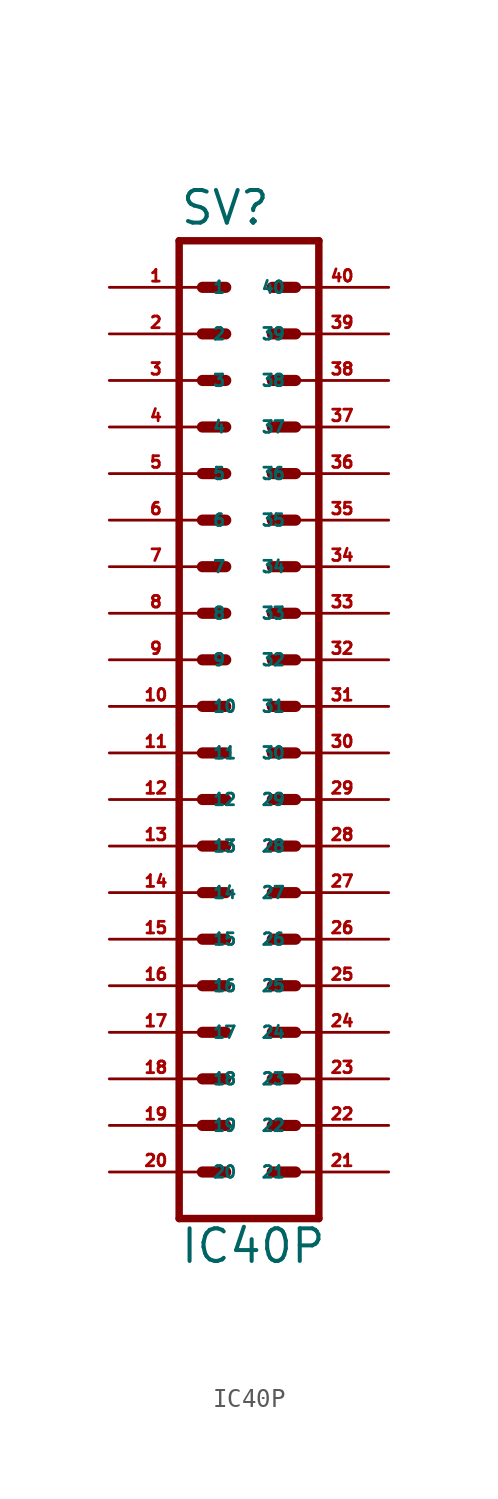
<source format=kicad_sym>
(kicad_symbol_lib
  (version 20220914)
  (generator Eagle2Kicad)
  (symbol "IC40P"
    (property "Reference" "SV"
      (at -3.81 28.702 0)
      (effects (font (size 1.778 1.778) (thickness 0.22)) (justify left bottom)))
    (property "Value" "IC40P"
      (at -3.81 -27.94 0)
      (effects (font (size 1.778 1.778) (thickness 0.22)) (justify left bottom)))
    (polyline
      (pts (xy 3.81 27.94) (xy -3.81 27.94))
      (stroke (width 0.406) (type default))
      (fill (type none)))
    (polyline
      (pts (xy -3.81 -25.4) (xy -3.81 27.94))
      (stroke (width 0.406) (type default))
      (fill (type none)))
    (polyline
      (pts (xy -3.81 -25.4) (xy 3.81 -25.4))
      (stroke (width 0.406) (type default))
      (fill (type none)))
    (polyline
      (pts (xy 3.81 27.94) (xy 3.81 -25.4))
      (stroke (width 0.406) (type default))
      (fill (type none)))
    (polyline
      (pts (xy -2.54 25.4) (xy -1.27 25.4))
      (stroke (width 0.61) (type default))
      (fill (type none)))
    (polyline
      (pts (xy -2.54 22.86) (xy -1.27 22.86))
      (stroke (width 0.61) (type default))
      (fill (type none)))
    (polyline
      (pts (xy -2.54 20.32) (xy -1.27 20.32))
      (stroke (width 0.61) (type default))
      (fill (type none)))
    (polyline
      (pts (xy -2.54 17.78) (xy -1.27 17.78))
      (stroke (width 0.61) (type default))
      (fill (type none)))
    (polyline
      (pts (xy -2.54 15.24) (xy -1.27 15.24))
      (stroke (width 0.61) (type default))
      (fill (type none)))
    (polyline
      (pts (xy -2.54 12.7) (xy -1.27 12.7))
      (stroke (width 0.61) (type default))
      (fill (type none)))
    (polyline
      (pts (xy -2.54 10.16) (xy -1.27 10.16))
      (stroke (width 0.61) (type default))
      (fill (type none)))
    (polyline
      (pts (xy -2.54 7.62) (xy -1.27 7.62))
      (stroke (width 0.61) (type default))
      (fill (type none)))
    (polyline
      (pts (xy -2.54 0) (xy -1.27 0))
      (stroke (width 0.61) (type default))
      (fill (type none)))
    (polyline
      (pts (xy -2.54 2.54) (xy -1.27 2.54))
      (stroke (width 0.61) (type default))
      (fill (type none)))
    (polyline
      (pts (xy -2.54 5.08) (xy -1.27 5.08))
      (stroke (width 0.61) (type default))
      (fill (type none)))
    (polyline
      (pts (xy -2.54 -2.54) (xy -1.27 -2.54))
      (stroke (width 0.61) (type default))
      (fill (type none)))
    (polyline
      (pts (xy -2.54 -5.08) (xy -1.27 -5.08))
      (stroke (width 0.61) (type default))
      (fill (type none)))
    (polyline
      (pts (xy -2.54 -7.62) (xy -1.27 -7.62))
      (stroke (width 0.61) (type default))
      (fill (type none)))
    (polyline
      (pts (xy -2.54 -10.16) (xy -1.27 -10.16))
      (stroke (width 0.61) (type default))
      (fill (type none)))
    (polyline
      (pts (xy -2.54 -12.7) (xy -1.27 -12.7))
      (stroke (width 0.61) (type default))
      (fill (type none)))
    (polyline
      (pts (xy -2.54 -15.24) (xy -1.27 -15.24))
      (stroke (width 0.61) (type default))
      (fill (type none)))
    (polyline
      (pts (xy -2.54 -17.78) (xy -1.27 -17.78))
      (stroke (width 0.61) (type default))
      (fill (type none)))
    (polyline
      (pts (xy -2.54 -20.32) (xy -1.27 -20.32))
      (stroke (width 0.61) (type default))
      (fill (type none)))
    (polyline
      (pts (xy -2.54 -22.86) (xy -1.27 -22.86))
      (stroke (width 0.61) (type default))
      (fill (type none)))
    (polyline
      (pts (xy 2.54 -22.86) (xy 1.27 -22.86))
      (stroke (width 0.61) (type default))
      (fill (type none)))
    (polyline
      (pts (xy 2.54 -20.32) (xy 1.27 -20.32))
      (stroke (width 0.61) (type default))
      (fill (type none)))
    (polyline
      (pts (xy 2.54 -17.78) (xy 1.27 -17.78))
      (stroke (width 0.61) (type default))
      (fill (type none)))
    (polyline
      (pts (xy 2.54 -15.24) (xy 1.27 -15.24))
      (stroke (width 0.61) (type default))
      (fill (type none)))
    (polyline
      (pts (xy 2.54 -12.7) (xy 1.27 -12.7))
      (stroke (width 0.61) (type default))
      (fill (type none)))
    (polyline
      (pts (xy 2.54 -10.16) (xy 1.27 -10.16))
      (stroke (width 0.61) (type default))
      (fill (type none)))
    (polyline
      (pts (xy 2.54 -7.62) (xy 1.27 -7.62))
      (stroke (width 0.61) (type default))
      (fill (type none)))
    (polyline
      (pts (xy 2.54 -5.08) (xy 1.27 -5.08))
      (stroke (width 0.61) (type default))
      (fill (type none)))
    (polyline
      (pts (xy 2.54 -2.54) (xy 1.27 -2.54))
      (stroke (width 0.61) (type default))
      (fill (type none)))
    (polyline
      (pts (xy 2.54 0) (xy 1.27 0))
      (stroke (width 0.61) (type default))
      (fill (type none)))
    (polyline
      (pts (xy 2.54 2.54) (xy 1.27 2.54))
      (stroke (width 0.61) (type default))
      (fill (type none)))
    (polyline
      (pts (xy 2.54 5.08) (xy 1.27 5.08))
      (stroke (width 0.61) (type default))
      (fill (type none)))
    (polyline
      (pts (xy 2.54 7.62) (xy 1.27 7.62))
      (stroke (width 0.61) (type default))
      (fill (type none)))
    (polyline
      (pts (xy 2.54 10.16) (xy 1.27 10.16))
      (stroke (width 0.61) (type default))
      (fill (type none)))
    (polyline
      (pts (xy 2.54 12.7) (xy 1.27 12.7))
      (stroke (width 0.61) (type default))
      (fill (type none)))
    (polyline
      (pts (xy 2.54 15.24) (xy 1.27 15.24))
      (stroke (width 0.61) (type default))
      (fill (type none)))
    (polyline
      (pts (xy 2.54 17.78) (xy 1.27 17.78))
      (stroke (width 0.61) (type default))
      (fill (type none)))
    (polyline
      (pts (xy 2.54 20.32) (xy 1.27 20.32))
      (stroke (width 0.61) (type default))
      (fill (type none)))
    (polyline
      (pts (xy 2.54 22.86) (xy 1.27 22.86))
      (stroke (width 0.61) (type default))
      (fill (type none)))
    (polyline
      (pts (xy 2.54 25.4) (xy 1.27 25.4))
      (stroke (width 0.61) (type default))
      (fill (type none)))
    (pin passive line
      (at -7.62 0 0)
      (length 5.08)
      (name "11" (effects (font (size 0.635 0.635) (thickness 0.08)) (justify left bottom)))
      (number "11" (effects (font (size 0.635 0.635) (thickness 0.08)) (justify left bottom))))
    (pin passive line
      (at -7.62 5.08 0)
      (length 5.08)
      (name "9" (effects (font (size 0.635 0.635) (thickness 0.08)) (justify left bottom)))
      (number "9" (effects (font (size 0.635 0.635) (thickness 0.08)) (justify left bottom))))
    (pin passive line
      (at -7.62 10.16 0)
      (length 5.08)
      (name "7" (effects (font (size 0.635 0.635) (thickness 0.08)) (justify left bottom)))
      (number "7" (effects (font (size 0.635 0.635) (thickness 0.08)) (justify left bottom))))
    (pin passive line
      (at -7.62 15.24 0)
      (length 5.08)
      (name "5" (effects (font (size 0.635 0.635) (thickness 0.08)) (justify left bottom)))
      (number "5" (effects (font (size 0.635 0.635) (thickness 0.08)) (justify left bottom))))
    (pin passive line
      (at -7.62 20.32 0)
      (length 5.08)
      (name "3" (effects (font (size 0.635 0.635) (thickness 0.08)) (justify left bottom)))
      (number "3" (effects (font (size 0.635 0.635) (thickness 0.08)) (justify left bottom))))
    (pin passive line
      (at -7.62 25.4 0)
      (length 5.08)
      (name "1" (effects (font (size 0.635 0.635) (thickness 0.08)) (justify left bottom)))
      (number "1" (effects (font (size 0.635 0.635) (thickness 0.08)) (justify left bottom))))
    (pin passive line
      (at -7.62 2.54 0)
      (length 5.08)
      (name "10" (effects (font (size 0.635 0.635) (thickness 0.08)) (justify left bottom)))
      (number "10" (effects (font (size 0.635 0.635) (thickness 0.08)) (justify left bottom))))
    (pin passive line
      (at -7.62 7.62 0)
      (length 5.08)
      (name "8" (effects (font (size 0.635 0.635) (thickness 0.08)) (justify left bottom)))
      (number "8" (effects (font (size 0.635 0.635) (thickness 0.08)) (justify left bottom))))
    (pin passive line
      (at -7.62 12.7 0)
      (length 5.08)
      (name "6" (effects (font (size 0.635 0.635) (thickness 0.08)) (justify left bottom)))
      (number "6" (effects (font (size 0.635 0.635) (thickness 0.08)) (justify left bottom))))
    (pin passive line
      (at -7.62 17.78 0)
      (length 5.08)
      (name "4" (effects (font (size 0.635 0.635) (thickness 0.08)) (justify left bottom)))
      (number "4" (effects (font (size 0.635 0.635) (thickness 0.08)) (justify left bottom))))
    (pin passive line
      (at -7.62 22.86 0)
      (length 5.08)
      (name "2" (effects (font (size 0.635 0.635) (thickness 0.08)) (justify left bottom)))
      (number "2" (effects (font (size 0.635 0.635) (thickness 0.08)) (justify left bottom))))
    (pin passive line
      (at -7.62 -2.54 0)
      (length 5.08)
      (name "12" (effects (font (size 0.635 0.635) (thickness 0.08)) (justify left bottom)))
      (number "12" (effects (font (size 0.635 0.635) (thickness 0.08)) (justify left bottom))))
    (pin passive line
      (at -7.62 -5.08 0)
      (length 5.08)
      (name "13" (effects (font (size 0.635 0.635) (thickness 0.08)) (justify left bottom)))
      (number "13" (effects (font (size 0.635 0.635) (thickness 0.08)) (justify left bottom))))
    (pin passive line
      (at -7.62 -7.62 0)
      (length 5.08)
      (name "14" (effects (font (size 0.635 0.635) (thickness 0.08)) (justify left bottom)))
      (number "14" (effects (font (size 0.635 0.635) (thickness 0.08)) (justify left bottom))))
    (pin passive line
      (at -7.62 -10.16 0)
      (length 5.08)
      (name "15" (effects (font (size 0.635 0.635) (thickness 0.08)) (justify left bottom)))
      (number "15" (effects (font (size 0.635 0.635) (thickness 0.08)) (justify left bottom))))
    (pin passive line
      (at -7.62 -12.7 0)
      (length 5.08)
      (name "16" (effects (font (size 0.635 0.635) (thickness 0.08)) (justify left bottom)))
      (number "16" (effects (font (size 0.635 0.635) (thickness 0.08)) (justify left bottom))))
    (pin passive line
      (at -7.62 -15.24 0)
      (length 5.08)
      (name "17" (effects (font (size 0.635 0.635) (thickness 0.08)) (justify left bottom)))
      (number "17" (effects (font (size 0.635 0.635) (thickness 0.08)) (justify left bottom))))
    (pin passive line
      (at -7.62 -17.78 0)
      (length 5.08)
      (name "18" (effects (font (size 0.635 0.635) (thickness 0.08)) (justify left bottom)))
      (number "18" (effects (font (size 0.635 0.635) (thickness 0.08)) (justify left bottom))))
    (pin passive line
      (at -7.62 -20.32 0)
      (length 5.08)
      (name "19" (effects (font (size 0.635 0.635) (thickness 0.08)) (justify left bottom)))
      (number "19" (effects (font (size 0.635 0.635) (thickness 0.08)) (justify left bottom))))
    (pin passive line
      (at -7.62 -22.86 0)
      (length 5.08)
      (name "20" (effects (font (size 0.635 0.635) (thickness 0.08)) (justify left bottom)))
      (number "20" (effects (font (size 0.635 0.635) (thickness 0.08)) (justify left bottom))))
    (pin passive line
      (at 7.62 -22.86 180)
      (length 5.08)
      (name "21" (effects (font (size 0.635 0.635) (thickness 0.08)) (justify left bottom)))
      (number "21" (effects (font (size 0.635 0.635) (thickness 0.08)) (justify left bottom))))
    (pin passive line
      (at 7.62 -20.32 180)
      (length 5.08)
      (name "22" (effects (font (size 0.635 0.635) (thickness 0.08)) (justify left bottom)))
      (number "22" (effects (font (size 0.635 0.635) (thickness 0.08)) (justify left bottom))))
    (pin passive line
      (at 7.62 -17.78 180)
      (length 5.08)
      (name "23" (effects (font (size 0.635 0.635) (thickness 0.08)) (justify left bottom)))
      (number "23" (effects (font (size 0.635 0.635) (thickness 0.08)) (justify left bottom))))
    (pin passive line
      (at 7.62 -15.24 180)
      (length 5.08)
      (name "24" (effects (font (size 0.635 0.635) (thickness 0.08)) (justify left bottom)))
      (number "24" (effects (font (size 0.635 0.635) (thickness 0.08)) (justify left bottom))))
    (pin passive line
      (at 7.62 -12.7 180)
      (length 5.08)
      (name "25" (effects (font (size 0.635 0.635) (thickness 0.08)) (justify left bottom)))
      (number "25" (effects (font (size 0.635 0.635) (thickness 0.08)) (justify left bottom))))
    (pin passive line
      (at 7.62 -10.16 180)
      (length 5.08)
      (name "26" (effects (font (size 0.635 0.635) (thickness 0.08)) (justify left bottom)))
      (number "26" (effects (font (size 0.635 0.635) (thickness 0.08)) (justify left bottom))))
    (pin passive line
      (at 7.62 -7.62 180)
      (length 5.08)
      (name "27" (effects (font (size 0.635 0.635) (thickness 0.08)) (justify left bottom)))
      (number "27" (effects (font (size 0.635 0.635) (thickness 0.08)) (justify left bottom))))
    (pin passive line
      (at 7.62 -5.08 180)
      (length 5.08)
      (name "28" (effects (font (size 0.635 0.635) (thickness 0.08)) (justify left bottom)))
      (number "28" (effects (font (size 0.635 0.635) (thickness 0.08)) (justify left bottom))))
    (pin passive line
      (at 7.62 -2.54 180)
      (length 5.08)
      (name "29" (effects (font (size 0.635 0.635) (thickness 0.08)) (justify left bottom)))
      (number "29" (effects (font (size 0.635 0.635) (thickness 0.08)) (justify left bottom))))
    (pin passive line
      (at 7.62 0 180)
      (length 5.08)
      (name "30" (effects (font (size 0.635 0.635) (thickness 0.08)) (justify left bottom)))
      (number "30" (effects (font (size 0.635 0.635) (thickness 0.08)) (justify left bottom))))
    (pin passive line
      (at 7.62 2.54 180)
      (length 5.08)
      (name "31" (effects (font (size 0.635 0.635) (thickness 0.08)) (justify left bottom)))
      (number "31" (effects (font (size 0.635 0.635) (thickness 0.08)) (justify left bottom))))
    (pin passive line
      (at 7.62 5.08 180)
      (length 5.08)
      (name "32" (effects (font (size 0.635 0.635) (thickness 0.08)) (justify left bottom)))
      (number "32" (effects (font (size 0.635 0.635) (thickness 0.08)) (justify left bottom))))
    (pin passive line
      (at 7.62 7.62 180)
      (length 5.08)
      (name "33" (effects (font (size 0.635 0.635) (thickness 0.08)) (justify left bottom)))
      (number "33" (effects (font (size 0.635 0.635) (thickness 0.08)) (justify left bottom))))
    (pin passive line
      (at 7.62 10.16 180)
      (length 5.08)
      (name "34" (effects (font (size 0.635 0.635) (thickness 0.08)) (justify left bottom)))
      (number "34" (effects (font (size 0.635 0.635) (thickness 0.08)) (justify left bottom))))
    (pin passive line
      (at 7.62 12.7 180)
      (length 5.08)
      (name "35" (effects (font (size 0.635 0.635) (thickness 0.08)) (justify left bottom)))
      (number "35" (effects (font (size 0.635 0.635) (thickness 0.08)) (justify left bottom))))
    (pin passive line
      (at 7.62 15.24 180)
      (length 5.08)
      (name "36" (effects (font (size 0.635 0.635) (thickness 0.08)) (justify left bottom)))
      (number "36" (effects (font (size 0.635 0.635) (thickness 0.08)) (justify left bottom))))
    (pin passive line
      (at 7.62 17.78 180)
      (length 5.08)
      (name "37" (effects (font (size 0.635 0.635) (thickness 0.08)) (justify left bottom)))
      (number "37" (effects (font (size 0.635 0.635) (thickness 0.08)) (justify left bottom))))
    (pin passive line
      (at 7.62 20.32 180)
      (length 5.08)
      (name "38" (effects (font (size 0.635 0.635) (thickness 0.08)) (justify left bottom)))
      (number "38" (effects (font (size 0.635 0.635) (thickness 0.08)) (justify left bottom))))
    (pin passive line
      (at 7.62 22.86 180)
      (length 5.08)
      (name "39" (effects (font (size 0.635 0.635) (thickness 0.08)) (justify left bottom)))
      (number "39" (effects (font (size 0.635 0.635) (thickness 0.08)) (justify left bottom))))
    (pin passive line
      (at 7.62 25.4 180)
      (length 5.08)
      (name "40" (effects (font (size 0.635 0.635) (thickness 0.08)) (justify left bottom)))
      (number "40" (effects (font (size 0.635 0.635) (thickness 0.08)) (justify left bottom))))))
</source>
